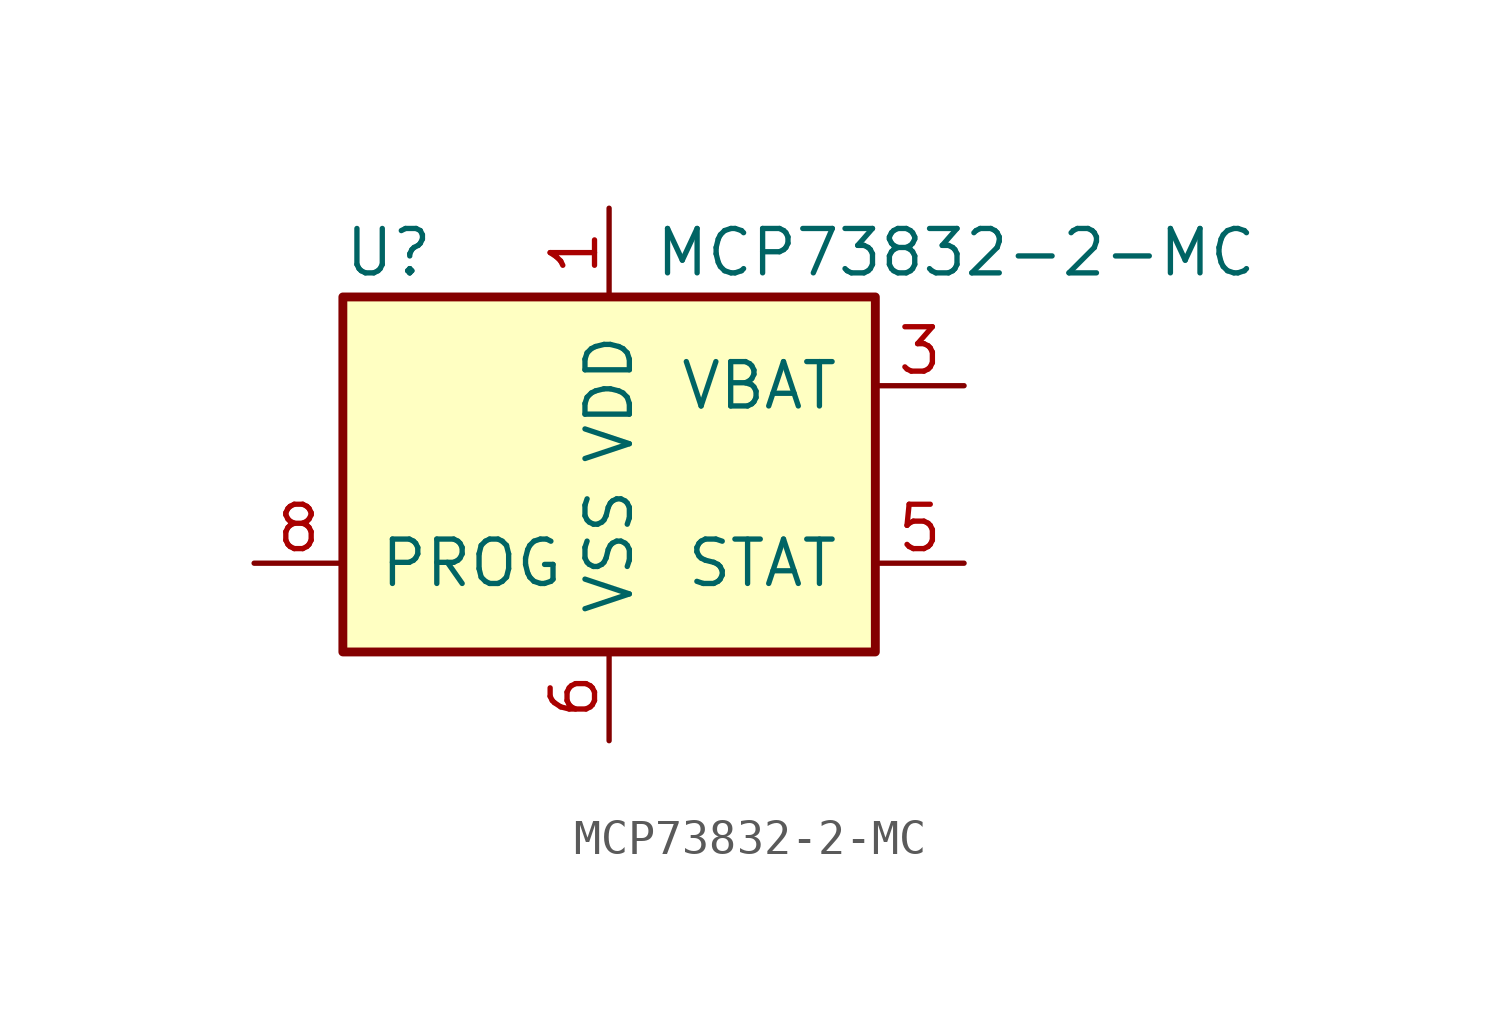
<source format=kicad_sym>
(kicad_symbol_lib
  (version 20220914)
  (generator kicad_symbol_editor)
  (symbol "MCP73832-2-MC"
    (pin_names
      (offset 1.016))
    (property "Reference" "U"
      (at -7.62 6.35 0)
      (effects (font (size 1.27 1.27)) (justify left)))
    (property "Value" "MCP73832-2-MC"
      (at 1.27 6.35 0)
      (effects (font (size 1.27 1.27)) (justify left)))
    (symbol "MCP73832-2-MC_0_1"
      (rectangle (start -7.62 5.08) (end 7.62 -5.08) (stroke (width 0.254) (type default)) (fill (type background))))
    (symbol "MCP73832-2-MC_1_1"
      (pin power_in line (at 0 7.62 270) (length 2.54) (name "VDD" (effects (font (size 1.27 1.27)))) (number "1" (effects (font (size 1.27 1.27)))))
      (pin power_in line (at 0 7.62 270) (length 2.54) hide (name "VDD" (effects (font (size 1.27 1.27)))) (number "2" (effects (font (size 1.27 1.27)))))
      (pin power_out line (at 10.16 2.54 180) (length 2.54) (name "VBAT" (effects (font (size 1.27 1.27)))) (number "3" (effects (font (size 1.27 1.27)))))
      (pin power_out line (at 10.16 2.54 180) (length 2.54) hide (name "VBAT" (effects (font (size 1.27 1.27)))) (number "4" (effects (font (size 1.27 1.27)))))
      (pin output line (at 10.16 -2.54 180) (length 2.54) (name "STAT" (effects (font (size 1.27 1.27)))) (number "5" (effects (font (size 1.27 1.27)))))
      (pin power_in line (at 0 -7.62 90) (length 2.54) (name "VSS" (effects (font (size 1.27 1.27)))) (number "6" (effects (font (size 1.27 1.27)))))
      (pin no_connect line (at -10.16 1.27 0) (length 2.54) hide (name "NC" (effects (font (size 1.27 1.27)))) (number "7" (effects (font (size 1.27 1.27)))))
      (pin input line (at -10.16 -2.54 0) (length 2.54) (name "PROG" (effects (font (size 1.27 1.27)))) (number "8" (effects (font (size 1.27 1.27)))))
      (pin power_in line (at 0 -7.62 90) (length 2.54) hide (name "VSS" (effects (font (size 1.27 1.27)))) (number "9" (effects (font (size 1.27 1.27))))))))
</source>
